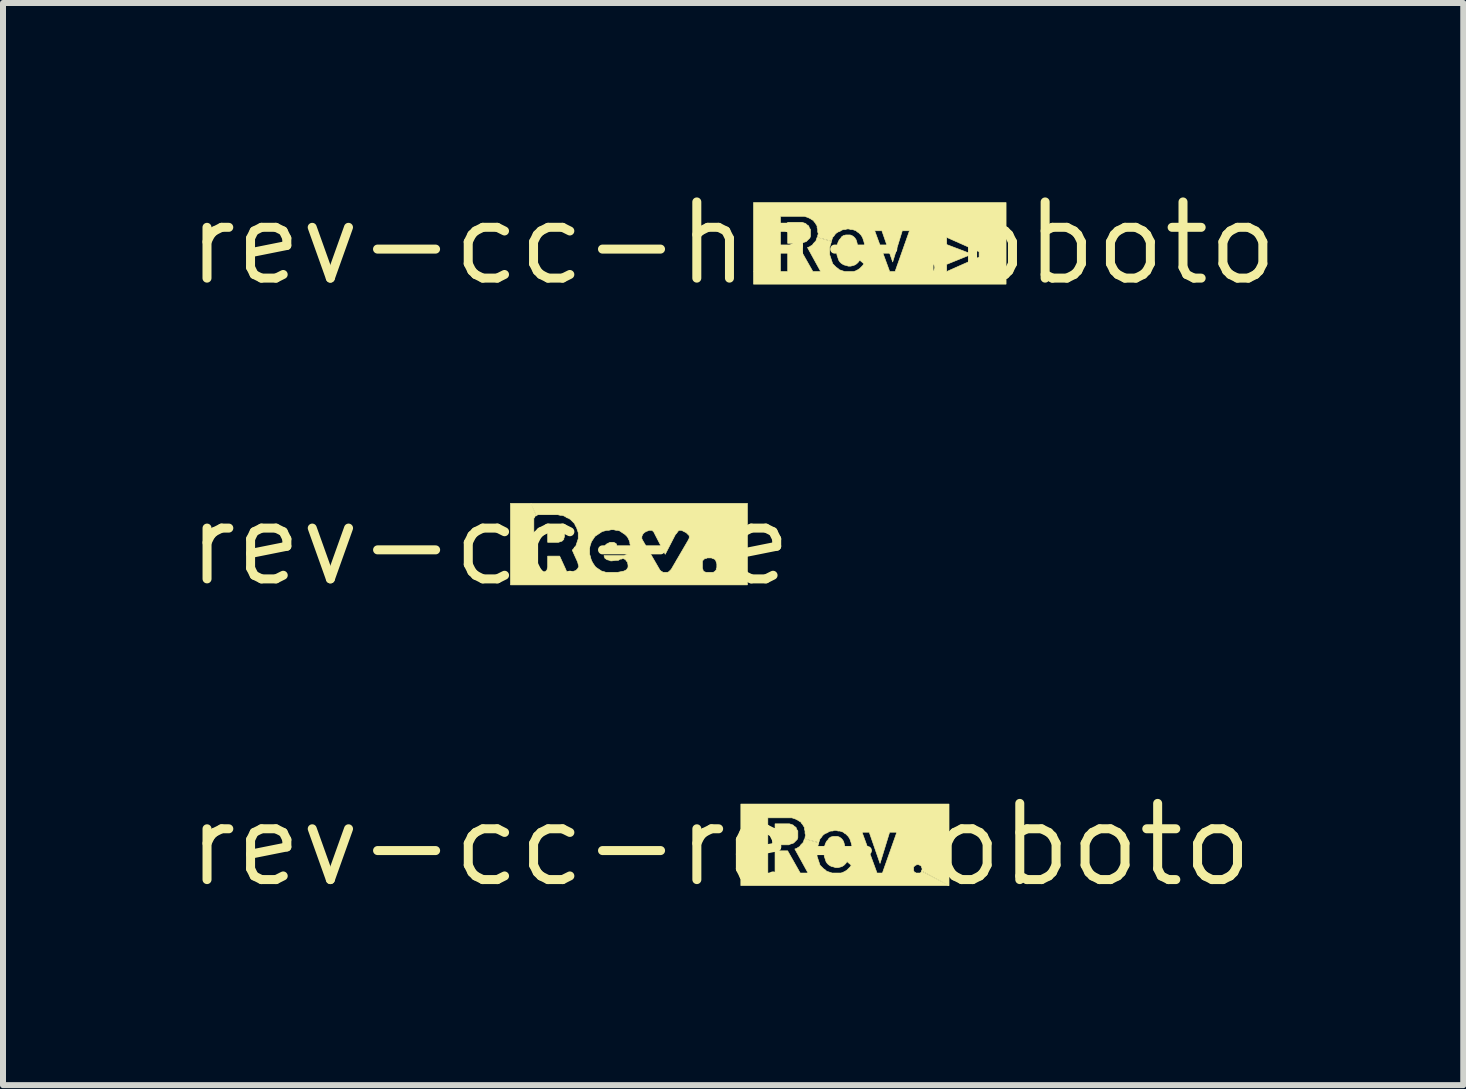
<source format=kicad_pcb>
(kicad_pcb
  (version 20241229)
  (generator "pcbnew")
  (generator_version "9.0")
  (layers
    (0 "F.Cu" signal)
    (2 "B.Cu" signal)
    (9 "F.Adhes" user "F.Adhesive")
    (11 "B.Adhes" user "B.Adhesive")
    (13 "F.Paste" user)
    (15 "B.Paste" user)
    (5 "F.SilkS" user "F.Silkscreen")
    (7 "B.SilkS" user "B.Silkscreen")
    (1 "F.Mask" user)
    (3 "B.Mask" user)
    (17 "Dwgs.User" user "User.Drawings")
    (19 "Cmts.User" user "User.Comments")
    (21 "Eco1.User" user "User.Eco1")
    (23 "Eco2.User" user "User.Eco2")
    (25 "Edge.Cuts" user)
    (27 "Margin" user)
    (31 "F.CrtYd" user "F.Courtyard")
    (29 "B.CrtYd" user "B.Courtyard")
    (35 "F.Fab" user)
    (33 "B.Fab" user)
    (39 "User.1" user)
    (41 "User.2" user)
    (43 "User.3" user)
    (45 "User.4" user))
  (footprint "rev-cc-ha-roboto"
    (layer "F.Cu")
    (at 9.169 1.006)
    (property "Reference" "rev-cc-ha-roboto" (at 0 0 0) (layer "F.SilkS") (effects (font (size 1.27 1.27) (thickness 0.15))))
    (attr board_only exclude_from_pos_files exclude_from_bom)
    (fp_poly (pts (xy 1.91 -0.14) (xy 1.88 -0.14) (xy 1.84 -0.13) (xy 1.81 -0.11) (xy 1.79 -0.08) (xy 1.77 -0.06) (xy 1.75 -0.02) (xy 1.74 0.01) (xy 1.73 0.05) (xy 2.07 0.05) (xy 2.07 0.01) (xy 2.06 -0.03) (xy 2.05 -0.06) (xy 2.03 -0.09) (xy 2.01 -0.11) (xy 1.98 -0.13) (xy 1.95 -0.14) (xy 1.91 -0.14)) (stroke (width 0.01) (type solid)) (fill yes) (layer "F.SilkS"))
    (fp_poly (pts (xy 0.91 0) (xy 1.1 0) (xy 1.14 0) (xy 1.16 -0.01) (xy 1.19 -0.02) (xy 1.22 -0.03) (xy 1.24 -0.05) (xy 1.26 -0.07) (xy 1.28 -0.09) (xy 1.29 -0.12) (xy 1.29 -0.15) (xy 1.29 -0.2) (xy 1.29 -0.23) (xy 1.27 -0.26) (xy 1.26 -0.29) (xy 1.23 -0.31) (xy 1.21 -0.33) (xy 1.18 -0.34) (xy 1.15 -0.35) (xy 1.1 -0.35) (xy 0.91 -0.35) (xy 0.91 0)) (stroke (width 0.01) (type solid)) (fill yes) (layer "F.SilkS"))
    (fp_poly (pts (xy 0.68 -0.68) (xy 0.34 -0.68) (xy 0.34 0.68) (xy 4.55 0.68) (xy 4.55 -0.68) (xy 0.68 -0.68) (xy 0.79 -0.45) (xy 1.1 -0.45) (xy 1.15 -0.45) (xy 1.19 -0.45) (xy 1.25 -0.43) (xy 1.27 -0.42) (xy 1.29 -0.41) (xy 1.32 -0.39) (xy 1.34 -0.38) (xy 1.35 -0.36) (xy 1.37 -0.34) (xy 1.38 -0.32) (xy 1.4 -0.29) (xy 1.4 -0.26) (xy 1.41 -0.23) (xy 1.41 -0.19) (xy 1.42 -0.16) (xy 1.41 -0.13) (xy 1.41 -0.1) (xy 1.64 -0.04) (xy 1.65 -0.07) (xy 1.66 -0.1) (xy 1.68 -0.12) (xy 1.7 -0.15) (xy 1.72 -0.17) (xy 1.75 -0.19) (xy 1.78 -0.2) (xy 1.81 -0.22) (xy 1.84 -0.23) (xy 1.87 -0.23) (xy 1.9 -0.24) (xy 1.93 -0.24) (xy 1.96 -0.23) (xy 1.99 -0.23) (xy 2.02 -0.22) (xy 2.05 -0.21) (xy 2.07 -0.19) (xy 2.09 -0.18) (xy 2.11 -0.16) (xy 2.13 -0.14) (xy 2.15 -0.11) (xy 2.36 -0.21) (xy 2.48 -0.21) (xy 2.66 0.31) (xy 2.82 -0.21) (xy 2.94 -0.21) (xy 2.7 0.47) (xy 3.22 0.42) (xy 3.22 0.41) (xy 3.22 0.39) (xy 3.22 0.37) (xy 3.23 0.36) (xy 3.24 0.35) (xy 3.25 0.34) (xy 3.26 0.34) (xy 3.27 0.33) (xy 3.29 0.33) (xy 3.3 0.33) (xy 3.32 0.34) (xy 3.33 0.34) (xy 3.34 0.35) (xy 3.35 0.36) (xy 3.35 0.37) (xy 3.36 0.39) (xy 3.56 0.35) (xy 3.98 0.18) (xy 3.56 0.02) (xy 3.56 -0.1) (xy 4.1 0.14) (xy 4.1 0.23) (xy 3.56 0.47) (xy 3.56 0.35) (xy 3.36 0.39) (xy 3.36 0.41) (xy 3.36 0.42) (xy 3.35 0.43) (xy 3.35 0.45) (xy 3.34 0.46) (xy 3.33 0.46) (xy 3.32 0.47) (xy 3.3 0.47) (xy 3.29 0.47) (xy 3.27 0.47) (xy 3.26 0.47) (xy 3.25 0.46) (xy 3.24 0.46) (xy 3.23 0.45) (xy 3.22 0.43) (xy 3.22 0.42) (xy 2.69 0.47) (xy 2.61 0.47) (xy 2.36 -0.21) (xy 2.15 -0.11) (xy 2.16 -0.09) (xy 2.17 -0.06) (xy 2.18 -0.03) (xy 2.19 0.01) (xy 2.19 0.04) (xy 2.19 0.08) (xy 2.19 0.15) (xy 1.73 0.15) (xy 1.73 0.19) (xy 1.74 0.22) (xy 1.75 0.25) (xy 1.76 0.28) (xy 1.78 0.31) (xy 1.8 0.33) (xy 1.83 0.35) (xy 1.85 0.36) (xy 1.89 0.37) (xy 1.92 0.38) (xy 1.96 0.38) (xy 2 0.37) (xy 2.03 0.36) (xy 2.06 0.34) (xy 2.09 0.31) (xy 2.11 0.28) (xy 2.18 0.34) (xy 2.16 0.37) (xy 2.13 0.4) (xy 2.11 0.42) (xy 2.08 0.44) (xy 2.04 0.46) (xy 2.01 0.47) (xy 1.97 0.47) (xy 1.92 0.47) (xy 1.89 0.47) (xy 1.86 0.47) (xy 1.83 0.46) (xy 1.8 0.45) (xy 1.77 0.44) (xy 1.75 0.42) (xy 1.72 0.4) (xy 1.7 0.38) (xy 1.68 0.36) (xy 1.66 0.34) (xy 1.65 0.31) (xy 1.64 0.28) (xy 1.63 0.25) (xy 1.62 0.22) (xy 1.61 0.19) (xy 1.61 0.15) (xy 1.61 0.1) (xy 1.61 0.07) (xy 1.62 0.03) (xy 1.63 0) (xy 1.64 -0.03) (xy 1.4 -0.1) (xy 1.39 -0.07) (xy 1.38 -0.04) (xy 1.36 -0.02) (xy 1.34 0) (xy 1.32 0.03) (xy 1.3 0.04) (xy 1.27 0.06) (xy 1.24 0.07) (xy 1.46 0.47) (xy 1.33 0.47) (xy 1.12 0.1) (xy 0.91 0.1) (xy 0.91 0.47) (xy 0.79 0.47) (xy 0.79 -0.45) (xy 0.68 -0.68)) (stroke (width 0.01) (type solid)) (fill yes) (layer "F.SilkS")))
  (footprint "rev-cc-re"
    (layer "F.Cu")
    (at 5.118 6.019)
    (property "Reference" "rev-cc-re" (at 0 0 0) (layer "F.SilkS") (effects (font (size 1.27 1.27) (thickness 0.15))))
    (attr board_only exclude_from_pos_files exclude_from_bom)
    (fp_poly (pts (xy 0.96 -0.03) (xy 1.14 -0.03) (xy 1.17 -0.04) (xy 1.2 -0.05) (xy 1.21 -0.06) (xy 1.23 -0.08) (xy 1.23 -0.1) (xy 1.24 -0.12) (xy 1.24 -0.14) (xy 1.24 -0.17) (xy 1.23 -0.19) (xy 1.22 -0.21) (xy 1.21 -0.22) (xy 1.19 -0.24) (xy 1.17 -0.25) (xy 1.14 -0.26) (xy 1.13 -0.26) (xy 0.96 -0.26) (xy 0.96 -0.03)) (stroke (width 0.01) (type solid)) (fill yes) (layer "F.SilkS"))
    (fp_poly (pts (xy 2.07 0.07) (xy 2.08 0.07) (xy 2.09 0.07) (xy 2.1 0.07) (xy 2.11 0.06) (xy 2.11 0.05) (xy 2.11 0.04) (xy 2.11 0.02) (xy 2.11 0.01) (xy 2.1 -0.01) (xy 2.08 -0.02) (xy 2.06 -0.03) (xy 2.03 -0.03) (xy 2 -0.03) (xy 1.98 -0.02) (xy 1.96 -0.01) (xy 1.94 0) (xy 1.92 0.02) (xy 1.91 0.04) (xy 1.91 0.06) (xy 1.9 0.07) (xy 2.07 0.07)) (stroke (width 0.01) (type solid)) (fill yes) (layer "F.SilkS"))
    (fp_poly (pts (xy 0.68 -0.68) (xy 0.34 -0.68) (xy 0.34 0.68) (xy 4.29 0.68) (xy 4.29 -0.68) (xy 0.68 -0.68) (xy 0.77 -0.48) (xy 0.78 -0.48) (xy 0.8 -0.49) (xy 0.83 -0.49) (xy 1.13 -0.49) (xy 1.17 -0.48) (xy 1.2 -0.48) (xy 1.23 -0.47) (xy 1.25 -0.46) (xy 1.28 -0.44) (xy 1.31 -0.43) (xy 1.34 -0.41) (xy 1.36 -0.39) (xy 1.39 -0.36) (xy 1.41 -0.34) (xy 1.42 -0.31) (xy 1.44 -0.28) (xy 1.45 -0.25) (xy 1.46 -0.22) (xy 1.47 -0.19) (xy 1.47 -0.16) (xy 1.47 -0.13) (xy 1.47 -0.09) (xy 1.46 -0.06) (xy 1.45 -0.03) (xy 1.67 0.02) (xy 1.68 -0.01) (xy 1.69 -0.04) (xy 1.71 -0.07) (xy 1.73 -0.1) (xy 1.75 -0.13) (xy 1.78 -0.15) (xy 1.81 -0.17) (xy 1.84 -0.19) (xy 1.87 -0.21) (xy 1.91 -0.22) (xy 1.94 -0.23) (xy 1.98 -0.23) (xy 2.02 -0.24) (xy 2.06 -0.24) (xy 2.1 -0.23) (xy 2.13 -0.23) (xy 2.16 -0.22) (xy 2.19 -0.2) (xy 2.22 -0.18) (xy 2.25 -0.16) (xy 2.27 -0.14) (xy 2.29 -0.12) (xy 2.3 -0.1) (xy 2.32 -0.06) (xy 2.33 -0.03) (xy 2.53 -0.09) (xy 2.53 -0.11) (xy 2.53 -0.13) (xy 2.54 -0.15) (xy 2.55 -0.17) (xy 2.57 -0.19) (xy 2.6 -0.21) (xy 2.63 -0.22) (xy 2.65 -0.23) (xy 2.67 -0.23) (xy 2.7 -0.23) (xy 2.71 -0.22) (xy 2.73 -0.2) (xy 2.75 -0.16) (xy 2.92 0.17) (xy 3.09 -0.16) (xy 3.11 -0.18) (xy 3.13 -0.21) (xy 3.14 -0.22) (xy 3.15 -0.23) (xy 3.16 -0.23) (xy 3.18 -0.23) (xy 3.19 -0.23) (xy 3.21 -0.22) (xy 3.25 -0.2) (xy 3.27 -0.19) (xy 3.29 -0.17) (xy 3.31 -0.15) (xy 3.32 -0.14) (xy 3.32 -0.12) (xy 3.32 -0.1) (xy 3.31 -0.08) (xy 3.3 -0.06) (xy 3.56 0.26) (xy 3.58 0.24) (xy 3.6 0.24) (xy 3.62 0.23) (xy 3.65 0.23) (xy 3.69 0.23) (xy 3.71 0.24) (xy 3.74 0.25) (xy 3.75 0.26) (xy 3.76 0.27) (xy 3.77 0.3) (xy 3.78 0.33) (xy 3.78 0.36) (xy 3.78 0.39) (xy 3.77 0.41) (xy 3.77 0.43) (xy 3.75 0.45) (xy 3.74 0.46) (xy 3.72 0.47) (xy 3.69 0.47) (xy 3.66 0.47) (xy 3.62 0.47) (xy 3.6 0.47) (xy 3.57 0.46) (xy 3.56 0.45) (xy 3.55 0.44) (xy 3.55 0.43) (xy 3.54 0.4) (xy 3.54 0.37) (xy 3.54 0.31) (xy 3.54 0.3) (xy 3.54 0.28) (xy 3.55 0.27) (xy 3.56 0.26) (xy 3.3 -0.06) (xy 3.02 0.42) (xy 3.01 0.43) (xy 3 0.44) (xy 2.98 0.46) (xy 2.96 0.47) (xy 2.94 0.47) (xy 2.92 0.47) (xy 2.9 0.47) (xy 2.88 0.47) (xy 2.87 0.46) (xy 2.85 0.45) (xy 2.83 0.43) (xy 2.54 -0.07) (xy 2.53 -0.09) (xy 2.33 -0.03) (xy 2.33 -0.01) (xy 2.34 0.02) (xy 2.34 0.12) (xy 2.3 0.16) (xy 2.28 0.17) (xy 2.26 0.18) (xy 2.23 0.19) (xy 2.21 0.19) (xy 1.9 0.19) (xy 1.9 0.2) (xy 1.91 0.22) (xy 1.91 0.23) (xy 1.92 0.24) (xy 1.95 0.26) (xy 1.99 0.27) (xy 2.01 0.28) (xy 2.03 0.28) (xy 2.1 0.27) (xy 2.14 0.27) (xy 2.17 0.25) (xy 2.19 0.25) (xy 2.21 0.24) (xy 2.22 0.24) (xy 2.24 0.25) (xy 2.26 0.26) (xy 2.27 0.28) (xy 2.29 0.3) (xy 2.3 0.35) (xy 2.3 0.36) (xy 2.3 0.38) (xy 2.3 0.39) (xy 2.29 0.4) (xy 2.28 0.42) (xy 2.27 0.43) (xy 2.25 0.44) (xy 2.23 0.45) (xy 2.18 0.46) (xy 2.13 0.47) (xy 2.06 0.47) (xy 2.01 0.47) (xy 1.97 0.47) (xy 1.93 0.47) (xy 1.9 0.46) (xy 1.86 0.45) (xy 1.83 0.43) (xy 1.8 0.41) (xy 1.77 0.39) (xy 1.75 0.37) (xy 1.73 0.34) (xy 1.71 0.31) (xy 1.69 0.27) (xy 1.68 0.24) (xy 1.67 0.2) (xy 1.66 0.17) (xy 1.66 0.13) (xy 1.66 0.09) (xy 1.66 0.06) (xy 1.67 0.02) (xy 1.45 -0.03) (xy 1.44 0) (xy 1.43 0.03) (xy 1.41 0.05) (xy 1.39 0.08) (xy 1.37 0.1) (xy 1.41 0.19) (xy 1.46 0.3) (xy 1.47 0.34) (xy 1.48 0.37) (xy 1.47 0.39) (xy 1.46 0.41) (xy 1.45 0.42) (xy 1.43 0.44) (xy 1.37 0.46) (xy 1.34 0.47) (xy 1.33 0.47) (xy 1.31 0.47) (xy 1.3 0.47) (xy 1.29 0.46) (xy 1.27 0.45) (xy 1.27 0.44) (xy 1.16 0.2) (xy 0.96 0.2) (xy 0.96 0.38) (xy 0.95 0.42) (xy 0.95 0.43) (xy 0.94 0.44) (xy 0.93 0.45) (xy 0.91 0.46) (xy 0.88 0.47) (xy 0.85 0.47) (xy 0.81 0.47) (xy 0.79 0.46) (xy 0.76 0.45) (xy 0.75 0.44) (xy 0.74 0.43) (xy 0.74 0.42) (xy 0.73 0.39) (xy 0.73 0.36) (xy 0.73 -0.42) (xy 0.73 -0.43) (xy 0.74 -0.44) (xy 0.75 -0.46) (xy 0.75 -0.47) (xy 0.77 -0.47) (xy 0.68 -0.68)) (stroke (width 0.01) (type solid)) (fill yes) (layer "F.SilkS")))
  (footprint "rev-cc-re-roboto"
    (layer "F.Cu")
    (at 8.958 11.031)
    (property "Reference" "rev-cc-re-roboto" (at 0 0 0) (layer "F.SilkS") (effects (font (size 1.27 1.27) (thickness 0.15))))
    (attr board_only exclude_from_pos_files exclude_from_bom)
    (fp_poly (pts (xy 1.91 -0.14) (xy 1.88 -0.14) (xy 1.84 -0.13) (xy 1.81 -0.11) (xy 1.79 -0.08) (xy 1.77 -0.06) (xy 1.75 -0.02) (xy 1.74 0.01) (xy 1.73 0.05) (xy 2.07 0.05) (xy 2.07 0.01) (xy 2.06 -0.03) (xy 2.05 -0.06) (xy 2.03 -0.09) (xy 2.01 -0.11) (xy 1.98 -0.13) (xy 1.95 -0.14) (xy 1.91 -0.14)) (stroke (width 0.01) (type solid)) (fill yes) (layer "F.SilkS"))
    (fp_poly (pts (xy 0.91 0) (xy 1.1 0) (xy 1.14 0) (xy 1.16 -0.01) (xy 1.19 -0.02) (xy 1.22 -0.03) (xy 1.24 -0.05) (xy 1.26 -0.07) (xy 1.28 -0.09) (xy 1.29 -0.12) (xy 1.29 -0.15) (xy 1.29 -0.2) (xy 1.29 -0.23) (xy 1.27 -0.26) (xy 1.26 -0.29) (xy 1.23 -0.31) (xy 1.21 -0.33) (xy 1.18 -0.34) (xy 1.15 -0.35) (xy 1.1 -0.35) (xy 0.91 -0.35) (xy 0.91 0)) (stroke (width 0.01) (type solid)) (fill yes) (layer "F.SilkS"))
    (fp_poly (pts (xy 0.68 -0.68) (xy 0.34 -0.68) (xy 0.34 0.68) (xy 3.81 0.68) (xy 3.35 0.44) (xy 3.35 0.45) (xy 3.34 0.46) (xy 3.33 0.47) (xy 3.32 0.47) (xy 3.3 0.47) (xy 3.29 0.47) (xy 3.27 0.47) (xy 3.26 0.47) (xy 3.25 0.46) (xy 3.24 0.46) (xy 3.23 0.45) (xy 3.22 0.43) (xy 3.22 0.42) (xy 3.22 0.41) (xy 3.22 0.39) (xy 3.22 0.37) (xy 3.23 0.36) (xy 3.24 0.35) (xy 3.25 0.34) (xy 3.26 0.34) (xy 3.27 0.33) (xy 3.29 0.33) (xy 3.3 0.33) (xy 3.32 0.34) (xy 3.33 0.34) (xy 3.34 0.35) (xy 3.35 0.36) (xy 3.35 0.37) (xy 3.36 0.39) (xy 3.36 0.41) (xy 3.36 0.42) (xy 3.35 0.43) (xy 3.81 0.68) (xy 3.81 -0.68) (xy 0.68 -0.68) (xy 0.79 -0.45) (xy 1.1 -0.45) (xy 1.15 -0.45) (xy 1.19 -0.45) (xy 1.25 -0.43) (xy 1.27 -0.42) (xy 1.29 -0.41) (xy 1.32 -0.39) (xy 1.34 -0.38) (xy 1.35 -0.36) (xy 1.37 -0.34) (xy 1.38 -0.32) (xy 1.4 -0.29) (xy 1.4 -0.26) (xy 1.41 -0.23) (xy 1.41 -0.19) (xy 1.42 -0.16) (xy 1.41 -0.13) (xy 1.41 -0.1) (xy 1.64 -0.04) (xy 1.65 -0.07) (xy 1.66 -0.1) (xy 1.68 -0.12) (xy 1.7 -0.15) (xy 1.72 -0.17) (xy 1.75 -0.19) (xy 1.78 -0.2) (xy 1.81 -0.22) (xy 1.84 -0.23) (xy 1.87 -0.23) (xy 1.9 -0.24) (xy 1.93 -0.24) (xy 1.96 -0.23) (xy 1.99 -0.23) (xy 2.02 -0.22) (xy 2.05 -0.21) (xy 2.07 -0.19) (xy 2.09 -0.18) (xy 2.11 -0.16) (xy 2.13 -0.14) (xy 2.15 -0.11) (xy 2.36 -0.21) (xy 2.48 -0.21) (xy 2.66 0.31) (xy 2.82 -0.21) (xy 2.94 -0.21) (xy 2.7 0.47) (xy 2.61 0.47) (xy 2.36 -0.21) (xy 2.15 -0.11) (xy 2.16 -0.09) (xy 2.17 -0.06) (xy 2.18 -0.03) (xy 2.19 0.01) (xy 2.19 0.04) (xy 2.19 0.08) (xy 2.19 0.15) (xy 1.73 0.15) (xy 1.73 0.19) (xy 1.74 0.22) (xy 1.75 0.25) (xy 1.76 0.28) (xy 1.78 0.31) (xy 1.8 0.33) (xy 1.83 0.35) (xy 1.85 0.36) (xy 1.89 0.37) (xy 1.92 0.38) (xy 1.96 0.38) (xy 2 0.37) (xy 2.03 0.36) (xy 2.06 0.34) (xy 2.09 0.31) (xy 2.11 0.28) (xy 2.18 0.34) (xy 2.16 0.37) (xy 2.13 0.4) (xy 2.11 0.42) (xy 2.08 0.44) (xy 2.04 0.46) (xy 2.01 0.47) (xy 1.97 0.47) (xy 1.92 0.47) (xy 1.89 0.47) (xy 1.86 0.47) (xy 1.83 0.46) (xy 1.8 0.45) (xy 1.77 0.44) (xy 1.75 0.42) (xy 1.72 0.4) (xy 1.7 0.38) (xy 1.68 0.36) (xy 1.66 0.34) (xy 1.65 0.31) (xy 1.64 0.28) (xy 1.63 0.25) (xy 1.62 0.22) (xy 1.61 0.19) (xy 1.61 0.15) (xy 1.61 0.1) (xy 1.61 0.07) (xy 1.62 0.03) (xy 1.63 0) (xy 1.64 -0.03) (xy 1.4 -0.1) (xy 1.39 -0.07) (xy 1.38 -0.04) (xy 1.36 -0.02) (xy 1.34 0) (xy 1.32 0.03) (xy 1.3 0.04) (xy 1.27 0.06) (xy 1.24 0.07) (xy 1.46 0.47) (xy 1.33 0.47) (xy 1.12 0.1) (xy 0.91 0.1) (xy 0.91 0.47) (xy 0.79 0.47) (xy 0.79 -0.45) (xy 0.68 -0.68)) (stroke (width 0.01) (type solid)) (fill yes) (layer "F.SilkS")))
  (gr_rect
    (start -3 -3)
    (end 21.339 15.037)
    (stroke (width 0.1) (type default))
    (fill no)
    (layer "Edge.Cuts")))
</source>
